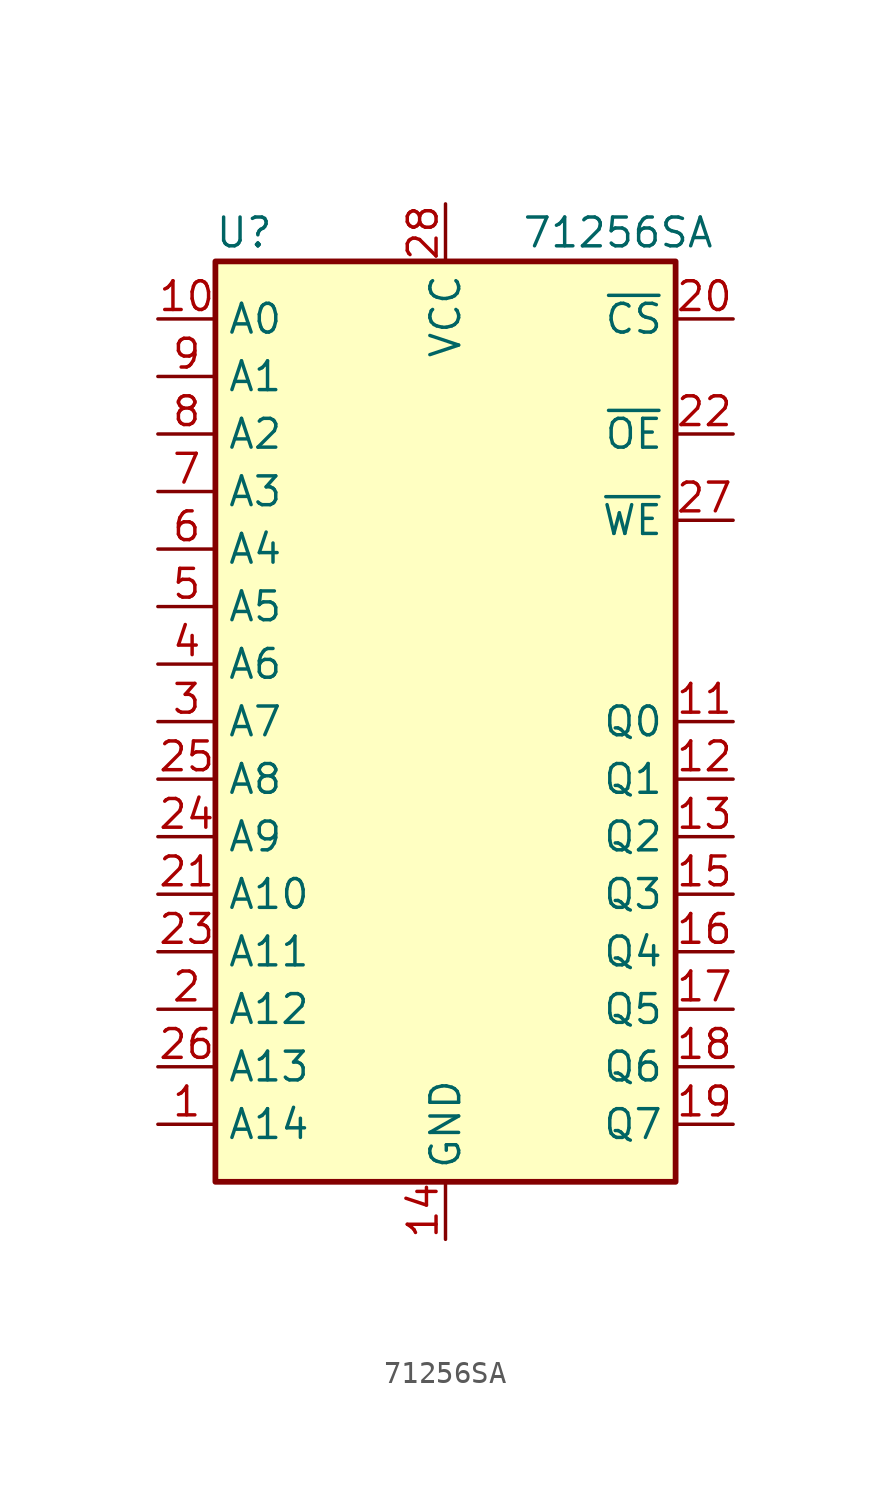
<source format=kicad_sym>
(kicad_symbol_lib
  (version 20211014)
  (generator kicad_symbol_editor)
  (symbol "71256SA"
    (property "Reference" "U"
      (at -8.89 21.59 0)
      (effects (font (size 1.27 1.27))))
    (property "Value" "71256SA"
      (at 7.62 21.59 0)
      (effects (font (size 1.27 1.27))))
    (symbol "71256SA_0_0"
      (pin power_in line (at 0 -22.86 90) (length 2.54) (name "GND" (effects (font (size 1.27 1.27)))) (number "14" (effects (font (size 1.27 1.27)))))
      (pin power_in line (at 0 22.86 270) (length 2.54) (name "VCC" (effects (font (size 1.27 1.27)))) (number "28" (effects (font (size 1.27 1.27))))))
    (symbol "71256SA_0_1"
      (rectangle (start -10.16 20.32) (end 10.16 -20.32) (stroke (width 0.254) (type default) (color 0 0 0 0)) (fill (type background))))
    (symbol "71256SA_1_1"
      (pin input line (at -12.7 -17.78 0) (length 2.54) (name "A14" (effects (font (size 1.27 1.27)))) (number "1" (effects (font (size 1.27 1.27)))))
      (pin input line (at -12.7 17.78 0) (length 2.54) (name "A0" (effects (font (size 1.27 1.27)))) (number "10" (effects (font (size 1.27 1.27)))))
      (pin tri_state line (at 12.7 0 180) (length 2.54) (name "Q0" (effects (font (size 1.27 1.27)))) (number "11" (effects (font (size 1.27 1.27)))))
      (pin tri_state line (at 12.7 -2.54 180) (length 2.54) (name "Q1" (effects (font (size 1.27 1.27)))) (number "12" (effects (font (size 1.27 1.27)))))
      (pin tri_state line (at 12.7 -5.08 180) (length 2.54) (name "Q2" (effects (font (size 1.27 1.27)))) (number "13" (effects (font (size 1.27 1.27)))))
      (pin tri_state line (at 12.7 -7.62 180) (length 2.54) (name "Q3" (effects (font (size 1.27 1.27)))) (number "15" (effects (font (size 1.27 1.27)))))
      (pin tri_state line (at 12.7 -10.16 180) (length 2.54) (name "Q4" (effects (font (size 1.27 1.27)))) (number "16" (effects (font (size 1.27 1.27)))))
      (pin tri_state line (at 12.7 -12.7 180) (length 2.54) (name "Q5" (effects (font (size 1.27 1.27)))) (number "17" (effects (font (size 1.27 1.27)))))
      (pin tri_state line (at 12.7 -15.24 180) (length 2.54) (name "Q6" (effects (font (size 1.27 1.27)))) (number "18" (effects (font (size 1.27 1.27)))))
      (pin tri_state line (at 12.7 -17.78 180) (length 2.54) (name "Q7" (effects (font (size 1.27 1.27)))) (number "19" (effects (font (size 1.27 1.27)))))
      (pin input line (at -12.7 -12.7 0) (length 2.54) (name "A12" (effects (font (size 1.27 1.27)))) (number "2" (effects (font (size 1.27 1.27)))))
      (pin input line (at 12.7 17.78 180) (length 2.54) (name "~{CS}" (effects (font (size 1.27 1.27)))) (number "20" (effects (font (size 1.27 1.27)))))
      (pin input line (at -12.7 -7.62 0) (length 2.54) (name "A10" (effects (font (size 1.27 1.27)))) (number "21" (effects (font (size 1.27 1.27)))))
      (pin input line (at 12.7 12.7 180) (length 2.54) (name "~{OE}" (effects (font (size 1.27 1.27)))) (number "22" (effects (font (size 1.27 1.27)))))
      (pin input line (at -12.7 -10.16 0) (length 2.54) (name "A11" (effects (font (size 1.27 1.27)))) (number "23" (effects (font (size 1.27 1.27)))))
      (pin input line (at -12.7 -5.08 0) (length 2.54) (name "A9" (effects (font (size 1.27 1.27)))) (number "24" (effects (font (size 1.27 1.27)))))
      (pin input line (at -12.7 -2.54 0) (length 2.54) (name "A8" (effects (font (size 1.27 1.27)))) (number "25" (effects (font (size 1.27 1.27)))))
      (pin input line (at -12.7 -15.24 0) (length 2.54) (name "A13" (effects (font (size 1.27 1.27)))) (number "26" (effects (font (size 1.27 1.27)))))
      (pin input line (at 12.7 8.89 180) (length 2.54) (name "~{WE}" (effects (font (size 1.27 1.27)))) (number "27" (effects (font (size 1.27 1.27)))))
      (pin input line (at -12.7 0 0) (length 2.54) (name "A7" (effects (font (size 1.27 1.27)))) (number "3" (effects (font (size 1.27 1.27)))))
      (pin input line (at -12.7 2.54 0) (length 2.54) (name "A6" (effects (font (size 1.27 1.27)))) (number "4" (effects (font (size 1.27 1.27)))))
      (pin input line (at -12.7 5.08 0) (length 2.54) (name "A5" (effects (font (size 1.27 1.27)))) (number "5" (effects (font (size 1.27 1.27)))))
      (pin input line (at -12.7 7.62 0) (length 2.54) (name "A4" (effects (font (size 1.27 1.27)))) (number "6" (effects (font (size 1.27 1.27)))))
      (pin input line (at -12.7 10.16 0) (length 2.54) (name "A3" (effects (font (size 1.27 1.27)))) (number "7" (effects (font (size 1.27 1.27)))))
      (pin input line (at -12.7 12.7 0) (length 2.54) (name "A2" (effects (font (size 1.27 1.27)))) (number "8" (effects (font (size 1.27 1.27)))))
      (pin input line (at -12.7 15.24 0) (length 2.54) (name "A1" (effects (font (size 1.27 1.27)))) (number "9" (effects (font (size 1.27 1.27))))))))
</source>
